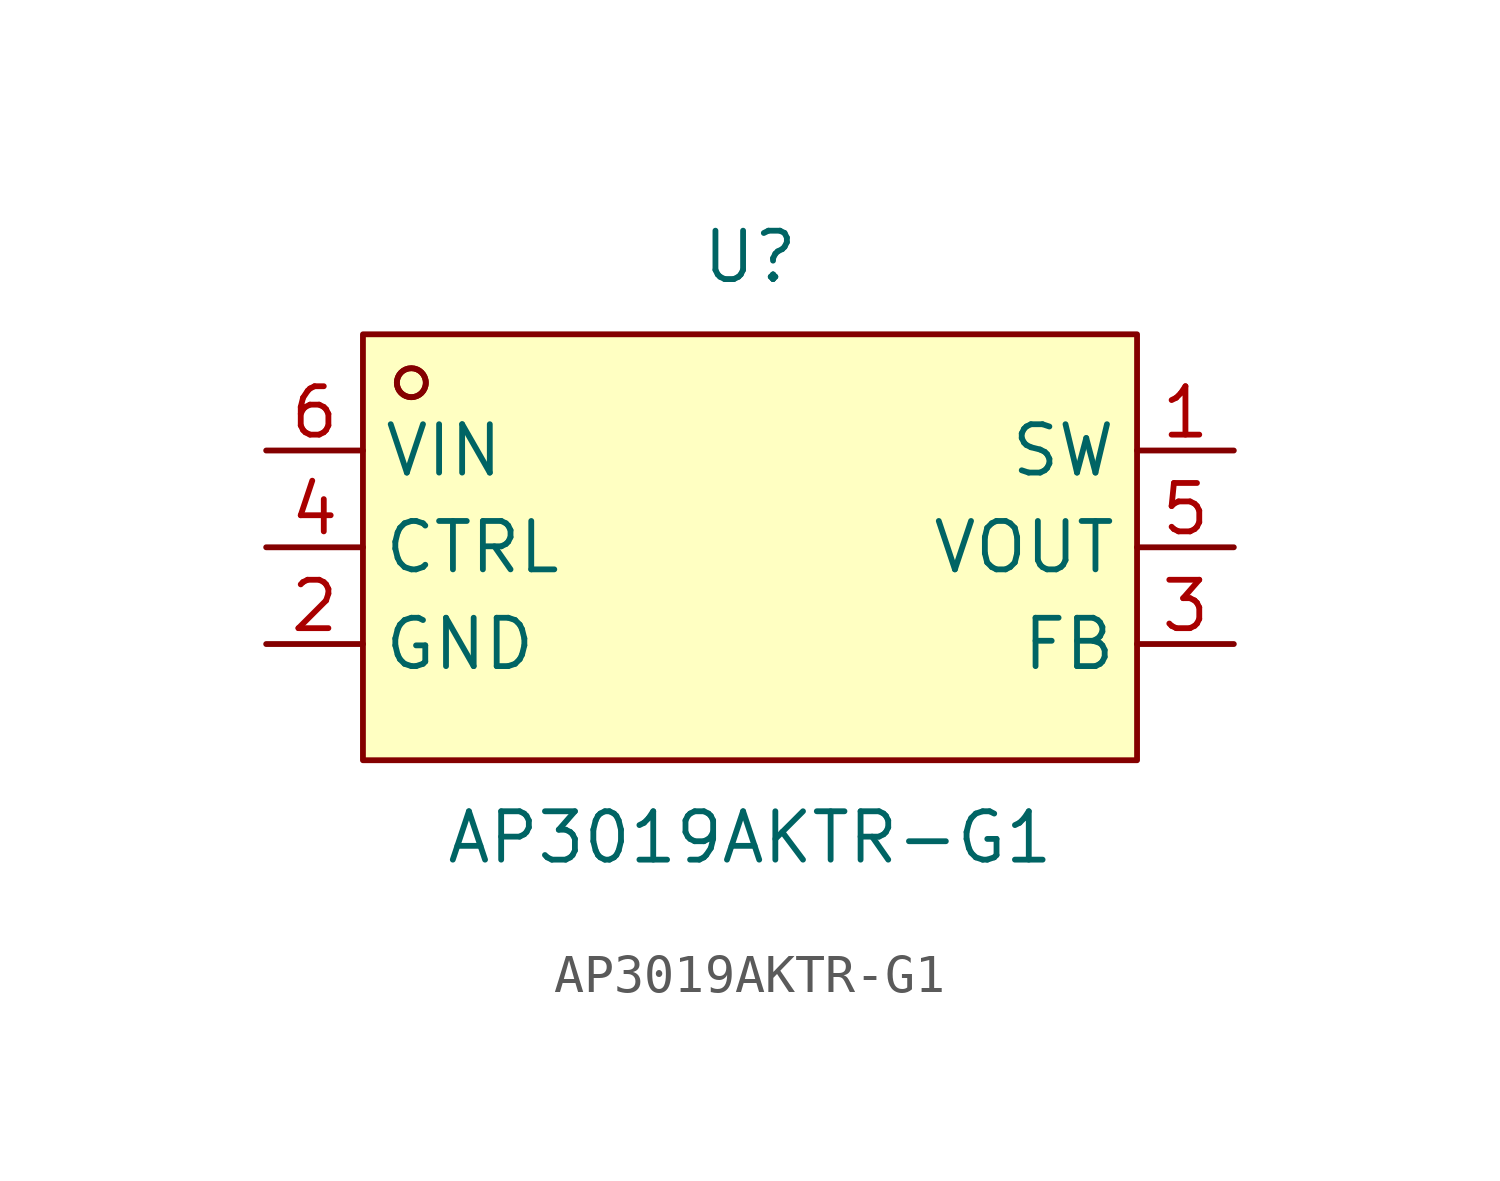
<source format=kicad_sym>
(kicad_symbol_lib
  (version 20231120)
  (generator "kicad_symbol_editor")
  (generator_version "8.0")
  (symbol "AP3019AKTR-G1"
    (property "Reference" "U"
      (at 0 7.62 0)
      (effects (font (size 1.27 1.27))))
    (property "Value" "AP3019AKTR-G1"
      (at 0 -7.62 0)
      (effects (font (size 1.27 1.27))))
    (symbol "AP3019AKTR-G1_0_1"
      (rectangle (start -10.16 5.59) (end 10.16 -5.59) (stroke (width 0) (type default)) (fill (type background)))
      (circle (center -8.89 4.32) (radius 0.38) (stroke (width 0) (type default)) (fill (type none)))
      (circle (center -8.89 4.32) (radius 0.38) (stroke (width 0) (type default)) (fill (type none)))
      (pin unspecified line (at 12.7 2.54 180) (length 2.54) (name "SW" (effects (font (size 1.27 1.27)))) (number "1" (effects (font (size 1.27 1.27)))))
      (pin unspecified line (at -12.7 -2.54 0) (length 2.54) (name "GND" (effects (font (size 1.27 1.27)))) (number "2" (effects (font (size 1.27 1.27)))))
      (pin unspecified line (at 12.7 -2.54 180) (length 2.54) (name "FB" (effects (font (size 1.27 1.27)))) (number "3" (effects (font (size 1.27 1.27)))))
      (pin unspecified line (at -12.7 0 0) (length 2.54) (name "CTRL" (effects (font (size 1.27 1.27)))) (number "4" (effects (font (size 1.27 1.27)))))
      (pin unspecified line (at 12.7 0 180) (length 2.54) (name "VOUT" (effects (font (size 1.27 1.27)))) (number "5" (effects (font (size 1.27 1.27)))))
      (pin unspecified line (at -12.7 2.54 0) (length 2.54) (name "VIN" (effects (font (size 1.27 1.27)))) (number "6" (effects (font (size 1.27 1.27))))))))
</source>
